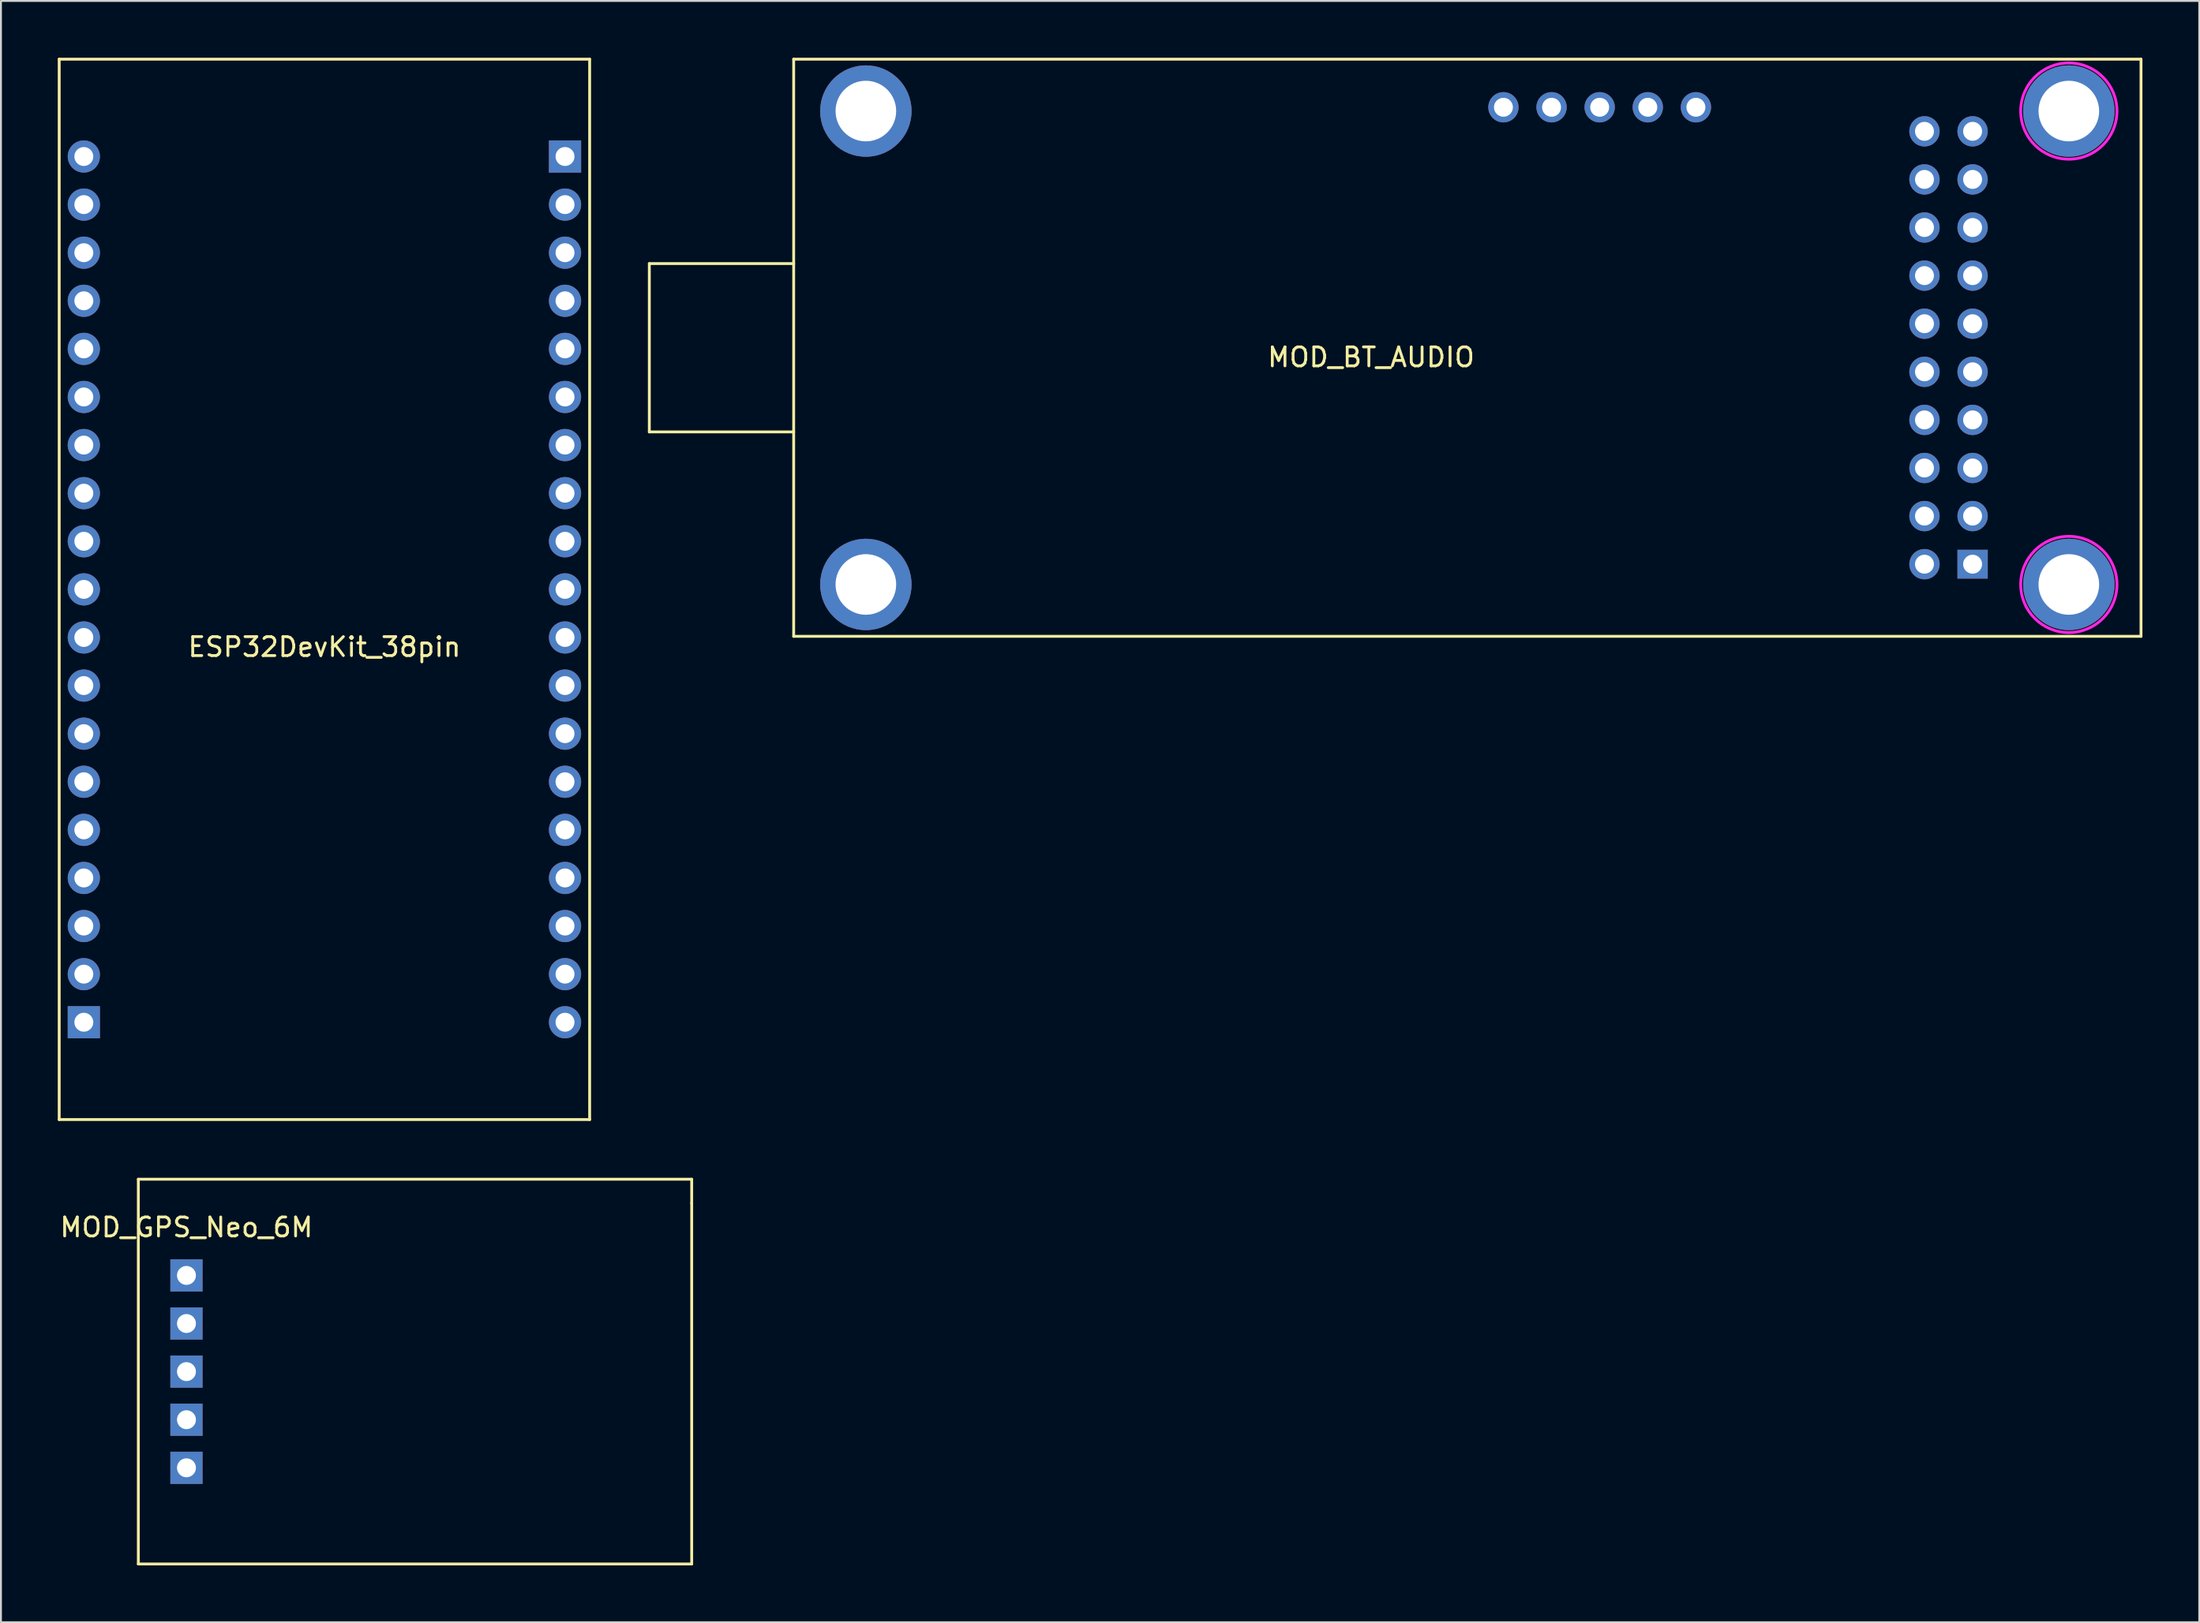
<source format=kicad_pcb>
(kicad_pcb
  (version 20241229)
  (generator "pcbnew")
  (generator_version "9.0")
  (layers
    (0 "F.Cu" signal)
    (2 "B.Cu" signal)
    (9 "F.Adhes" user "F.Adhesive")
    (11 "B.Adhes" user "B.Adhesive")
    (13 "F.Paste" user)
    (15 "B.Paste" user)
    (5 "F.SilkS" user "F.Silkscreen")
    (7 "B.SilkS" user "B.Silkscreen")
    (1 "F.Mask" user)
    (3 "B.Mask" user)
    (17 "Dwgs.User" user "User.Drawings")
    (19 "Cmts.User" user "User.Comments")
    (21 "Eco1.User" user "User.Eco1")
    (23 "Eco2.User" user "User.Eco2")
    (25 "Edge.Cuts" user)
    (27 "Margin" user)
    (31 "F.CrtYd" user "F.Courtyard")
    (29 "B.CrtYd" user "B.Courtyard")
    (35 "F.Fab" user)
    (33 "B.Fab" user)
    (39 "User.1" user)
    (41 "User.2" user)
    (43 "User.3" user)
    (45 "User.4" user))
  (footprint "MOD_GPS_Neo_6M"
    (layer "F.Cu")
    (at 6.792 69.385)
    (property "Reference" "MOD_GPS_Neo_6M" (at 0 -7.62 0) (layer "F.SilkS") (effects (font (size 1 1) (thickness 0.15))))
    (attr through_hole)
    (fp_line (start -2.54 -10.16) (end -2.54 10.16) (stroke (width 0.15) (type solid)) (layer "F.SilkS"))
    (fp_line (start -2.54 10.16) (end 26.67 10.16) (stroke (width 0.15) (type solid)) (layer "F.SilkS"))
    (fp_line (start 26.67 -10.16) (end -2.54 -10.16) (stroke (width 0.15) (type solid)) (layer "F.SilkS"))
    (fp_line (start 26.67 -8.89) (end 26.67 -10.16) (stroke (width 0.15) (type solid)) (layer "F.SilkS"))
    (fp_line (start 26.67 10.16) (end 26.67 -8.89) (stroke (width 0.15) (type solid)) (layer "F.SilkS"))
    (pad "1" thru_hole rect (at 0 5.08) (size 1.7 1.7) (drill 1) (layers "*.Cu" "*.Mask"))
    (pad "2" thru_hole rect (at 0 2.54) (size 1.7 1.7) (drill 1) (layers "*.Cu" "*.Mask"))
    (pad "3" thru_hole rect (at 0 0) (size 1.7 1.7) (drill 1) (layers "*.Cu" "*.Mask"))
    (pad "4" thru_hole rect (at 0 -2.54) (size 1.7 1.7) (drill 1) (layers "*.Cu" "*.Mask"))
    (pad "5" thru_hole rect (at 0 -5.08) (size 1.7 1.7) (drill 1) (layers "*.Cu" "*.Mask")))
  (footprint "MOD_BT_AUDIO"
    (layer "F.Cu")
    (at 69.325 15.315)
    (property "Reference" "MOD_BT_AUDIO" (at 0 0.5 0) (layer "F.SilkS") (effects (font (size 1 1) (thickness 0.15))))
    (attr through_hole)
    (fp_line (start -38.1 -4.445) (end -38.1 4.445) (stroke (width 0.15) (type solid)) (layer "F.SilkS"))
    (fp_line (start -38.1 4.445) (end -30.48 4.445) (stroke (width 0.15) (type solid)) (layer "F.SilkS"))
    (fp_line (start -30.48 -4.445) (end -38.1 -4.445) (stroke (width 0.15) (type solid)) (layer "F.SilkS"))
    (fp_line (start -30.48 15.24) (end -30.48 -15.24) (stroke (width 0.15) (type solid)) (layer "F.SilkS"))
    (fp_line (start 40.64 -15.24) (end -30.48 -15.24) (stroke (width 0.15) (type solid)) (layer "F.SilkS"))
    (fp_line (start 40.64 -15.24) (end 40.64 15.24) (stroke (width 0.15) (type solid)) (layer "F.SilkS"))
    (fp_line (start 40.64 15.24) (end -30.48 15.24) (stroke (width 0.15) (type solid)) (layer "F.SilkS"))
    (fp_circle (center 36.83 -12.5) (end 39.37 -12.5) (stroke (width 0.15) (type solid)) (fill no) (layer "F.CrtYd"))
    (fp_circle (center 36.83 12.5) (end 39.37 12.5) (stroke (width 0.15) (type solid)) (fill no) (layer "F.CrtYd"))
    (pad "0" thru_hole circle (at -26.67 -12.5) (size 4.826 4.826) (drill 3.2) (layers "*.Cu" "*.Mask"))
    (pad "0" thru_hole circle (at -26.67 12.5 180) (size 4.826 4.826) (drill 3.2) (layers "*.Cu" "*.Mask"))
    (pad "0" thru_hole circle (at 36.83 -12.5) (size 4.826 4.826) (drill 3.2) (layers "*.Cu" "*.Mask"))
    (pad "0" thru_hole circle (at 36.83 12.5) (size 4.826 4.826) (drill 3.2) (layers "*.Cu" "*.Mask"))
    (pad "1" thru_hole rect (at 31.75 11.43) (size 1.6 1.524) (drill 1) (layers "*.Cu" "*.Mask"))
    (pad "2" thru_hole circle (at 31.75 8.89) (size 1.6 1.6) (drill 1) (layers "*.Cu" "*.Mask"))
    (pad "3" thru_hole circle (at 31.75 6.35) (size 1.6 1.6) (drill 1) (layers "*.Cu" "*.Mask"))
    (pad "4" thru_hole circle (at 31.75 3.81) (size 1.6 1.6) (drill 1) (layers "*.Cu" "*.Mask"))
    (pad "5" thru_hole circle (at 31.75 1.27) (size 1.6 1.6) (drill 1) (layers "*.Cu" "*.Mask"))
    (pad "6" thru_hole circle (at 31.75 -1.27) (size 1.6 1.6) (drill 1) (layers "*.Cu" "*.Mask"))
    (pad "7" thru_hole circle (at 31.75 -3.81) (size 1.6 1.6) (drill 1) (layers "*.Cu" "*.Mask"))
    (pad "8" thru_hole circle (at 31.75 -6.35) (size 1.6 1.6) (drill 1) (layers "*.Cu" "*.Mask"))
    (pad "9" thru_hole circle (at 31.75 -8.89) (size 1.6 1.6) (drill 1) (layers "*.Cu" "*.Mask"))
    (pad "10" thru_hole circle (at 31.75 -11.43) (size 1.6 1.6) (drill 1) (layers "*.Cu" "*.Mask"))
    (pad "11" thru_hole circle (at 29.21 11.43) (size 1.6 1.6) (drill 1) (layers "*.Cu" "*.Mask"))
    (pad "12" thru_hole circle (at 29.21 8.89) (size 1.6 1.6) (drill 1) (layers "*.Cu" "*.Mask"))
    (pad "13" thru_hole circle (at 29.21 6.35) (size 1.6 1.6) (drill 1) (layers "*.Cu" "*.Mask"))
    (pad "14" thru_hole circle (at 29.21 3.81) (size 1.6 1.6) (drill 1) (layers "*.Cu" "*.Mask"))
    (pad "15" thru_hole circle (at 29.21 1.27) (size 1.6 1.6) (drill 1) (layers "*.Cu" "*.Mask"))
    (pad "16" thru_hole circle (at 29.21 -1.27) (size 1.6 1.6) (drill 1) (layers "*.Cu" "*.Mask"))
    (pad "17" thru_hole circle (at 29.21 -3.81) (size 1.6 1.6) (drill 1) (layers "*.Cu" "*.Mask"))
    (pad "18" thru_hole circle (at 29.21 -6.35) (size 1.6 1.6) (drill 1) (layers "*.Cu" "*.Mask"))
    (pad "19" thru_hole circle (at 29.21 -8.89) (size 1.6 1.6) (drill 1) (layers "*.Cu" "*.Mask"))
    (pad "20" thru_hole circle (at 29.21 -11.43) (size 1.6 1.6) (drill 1) (layers "*.Cu" "*.Mask"))
    (pad "21" thru_hole circle (at 17.145 -12.7) (size 1.6 1.6) (drill 1) (layers "*.Cu" "*.Mask"))
    (pad "22" thru_hole circle (at 14.605 -12.7) (size 1.6 1.6) (drill 1) (layers "*.Cu" "*.Mask"))
    (pad "23" thru_hole circle (at 12.065 -12.7) (size 1.6 1.6) (drill 1) (layers "*.Cu" "*.Mask"))
    (pad "24" thru_hole circle (at 9.525 -12.7) (size 1.6 1.6) (drill 1) (layers "*.Cu" "*.Mask"))
    (pad "25" thru_hole circle (at 6.985 -12.7) (size 1.6 1.6) (drill 1) (layers "*.Cu" "*.Mask")))
  (footprint "ESP32DevKit_38pin"
    (layer "F.Cu")
    (at 14.075 28.075)
    (property "Reference" "ESP32DevKit_38pin" (at 0 3.04 0) (layer "F.SilkS") (effects (font (size 1 1) (thickness 0.15))))
    (attr through_hole)
    (fp_line (start -14 -28) (end 14 -28) (stroke (width 0.15) (type solid)) (layer "F.SilkS"))
    (fp_line (start -14 28) (end -14 -28) (stroke (width 0.15) (type solid)) (layer "F.SilkS"))
    (fp_line (start 14 -28) (end 14 28) (stroke (width 0.15) (type solid)) (layer "F.SilkS"))
    (fp_line (start 14 28) (end -14 28) (stroke (width 0.15) (type solid)) (layer "F.SilkS"))
    (pad "1" thru_hole circle (at -12.7 -22.86) (size 1.7 1.7) (drill 1) (layers "*.Cu" "*.Mask"))
    (pad "2" thru_hole circle (at -12.7 -20.32) (size 1.7 1.7) (drill 1) (layers "*.Cu" "*.Mask"))
    (pad "3" thru_hole circle (at -12.7 -17.78) (size 1.7 1.7) (drill 1) (layers "*.Cu" "*.Mask"))
    (pad "4" thru_hole circle (at -12.7 -15.24) (size 1.7 1.7) (drill 1) (layers "*.Cu" "*.Mask"))
    (pad "5" thru_hole circle (at -12.7 -12.7) (size 1.7 1.7) (drill 1) (layers "*.Cu" "*.Mask"))
    (pad "6" thru_hole circle (at -12.7 -10.16) (size 1.7 1.7) (drill 1) (layers "*.Cu" "*.Mask"))
    (pad "7" thru_hole circle (at -12.7 -7.62) (size 1.7 1.7) (drill 1) (layers "*.Cu" "*.Mask"))
    (pad "8" thru_hole circle (at -12.7 -5.08) (size 1.7 1.7) (drill 1) (layers "*.Cu" "*.Mask"))
    (pad "9" thru_hole circle (at -12.7 -2.54) (size 1.7 1.7) (drill 1) (layers "*.Cu" "*.Mask"))
    (pad "10" thru_hole circle (at -12.7 0) (size 1.7 1.7) (drill 1) (layers "*.Cu" "*.Mask"))
    (pad "11" thru_hole circle (at -12.7 2.54) (size 1.7 1.7) (drill 1) (layers "*.Cu" "*.Mask"))
    (pad "12" thru_hole circle (at -12.7 5.08) (size 1.7 1.7) (drill 1) (layers "*.Cu" "*.Mask"))
    (pad "13" thru_hole circle (at -12.7 7.62) (size 1.7 1.7) (drill 1) (layers "*.Cu" "*.Mask"))
    (pad "14" thru_hole circle (at -12.7 10.16) (size 1.7 1.7) (drill 1) (layers "*.Cu" "*.Mask"))
    (pad "15" thru_hole circle (at -12.7 12.7) (size 1.7 1.7) (drill 1) (layers "*.Cu" "*.Mask"))
    (pad "16" thru_hole circle (at -12.7 15.24) (size 1.7 1.7) (drill 1) (layers "*.Cu" "*.Mask"))
    (pad "17" thru_hole circle (at -12.7 17.78) (size 1.7 1.7) (drill 1) (layers "*.Cu" "*.Mask"))
    (pad "18" thru_hole circle (at -12.7 20.32) (size 1.7 1.7) (drill 1) (layers "*.Cu" "*.Mask"))
    (pad "19" thru_hole rect (at -12.7 22.86) (size 1.7 1.7) (drill 1) (layers "*.Cu" "*.Mask"))
    (pad "20" thru_hole circle (at 12.7 22.86) (size 1.7 1.7) (drill 1) (layers "*.Cu" "*.Mask"))
    (pad "21" thru_hole circle (at 12.7 20.32) (size 1.7 1.7) (drill 1) (layers "*.Cu" "*.Mask"))
    (pad "22" thru_hole circle (at 12.7 17.78) (size 1.7 1.7) (drill 1) (layers "*.Cu" "*.Mask"))
    (pad "23" thru_hole circle (at 12.7 15.24) (size 1.7 1.7) (drill 1) (layers "*.Cu" "*.Mask"))
    (pad "24" thru_hole circle (at 12.7 12.7) (size 1.7 1.7) (drill 1) (layers "*.Cu" "*.Mask"))
    (pad "25" thru_hole circle (at 12.7 10.16) (size 1.7 1.7) (drill 1) (layers "*.Cu" "*.Mask"))
    (pad "26" thru_hole circle (at 12.7 7.62) (size 1.7 1.7) (drill 1) (layers "*.Cu" "*.Mask"))
    (pad "27" thru_hole circle (at 12.7 5.08) (size 1.7 1.7) (drill 1) (layers "*.Cu" "*.Mask"))
    (pad "28" thru_hole circle (at 12.7 2.54) (size 1.7 1.7) (drill 1) (layers "*.Cu" "*.Mask"))
    (pad "29" thru_hole circle (at 12.7 0) (size 1.7 1.7) (drill 1) (layers "*.Cu" "*.Mask"))
    (pad "30" thru_hole circle (at 12.7 -2.54) (size 1.7 1.7) (drill 1) (layers "*.Cu" "*.Mask"))
    (pad "31" thru_hole circle (at 12.7 -5.08) (size 1.7 1.7) (drill 1) (layers "*.Cu" "*.Mask"))
    (pad "32" thru_hole circle (at 12.7 -7.62) (size 1.7 1.7) (drill 1) (layers "*.Cu" "*.Mask"))
    (pad "33" thru_hole circle (at 12.7 -10.16) (size 1.7 1.7) (drill 1) (layers "*.Cu" "*.Mask"))
    (pad "34" thru_hole circle (at 12.7 -12.7) (size 1.7 1.7) (drill 1) (layers "*.Cu" "*.Mask"))
    (pad "35" thru_hole circle (at 12.7 -15.24) (size 1.7 1.7) (drill 1) (layers "*.Cu" "*.Mask"))
    (pad "36" thru_hole circle (at 12.7 -17.78) (size 1.7 1.7) (drill 1) (layers "*.Cu" "*.Mask"))
    (pad "37" thru_hole circle (at 12.7 -20.32) (size 1.7 1.7) (drill 1) (layers "*.Cu" "*.Mask"))
    (pad "38" thru_hole rect (at 12.7 -22.86) (size 1.7 1.7) (drill 1) (layers "*.Cu" "*.Mask")))
  (gr_rect
    (start -3 -3)
    (end 113.04 82.62)
    (stroke (width 0.1) (type default))
    (fill no)
    (layer "Edge.Cuts")))
</source>
